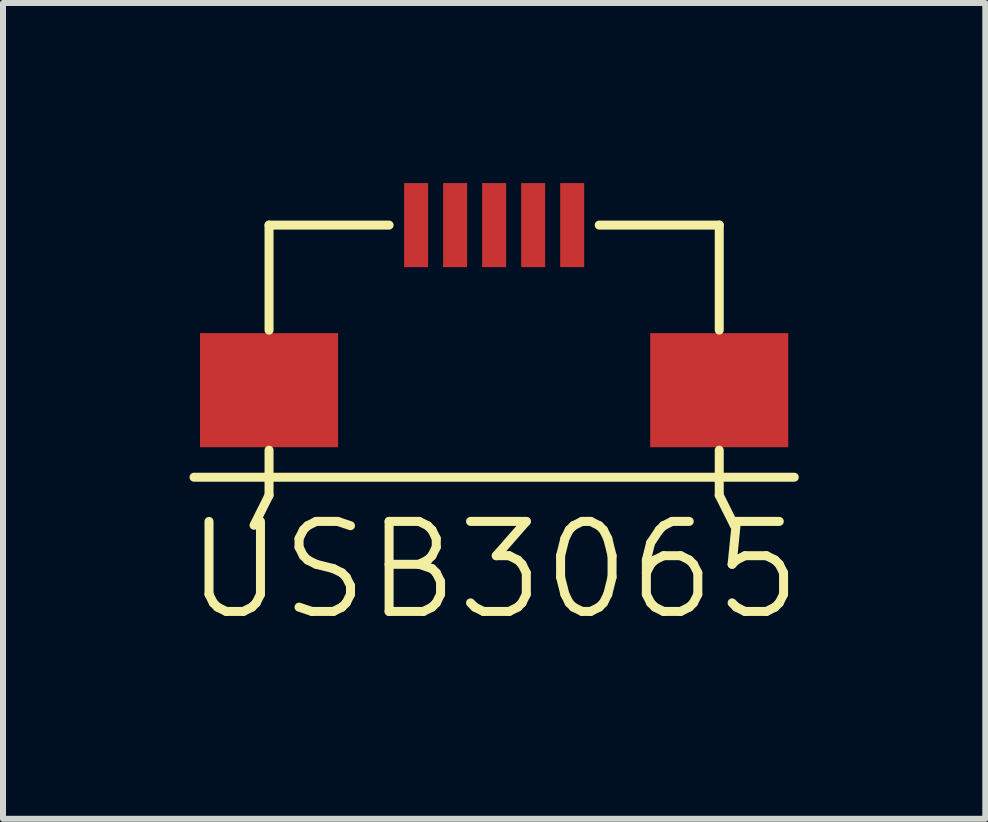
<source format=kicad_pcb>
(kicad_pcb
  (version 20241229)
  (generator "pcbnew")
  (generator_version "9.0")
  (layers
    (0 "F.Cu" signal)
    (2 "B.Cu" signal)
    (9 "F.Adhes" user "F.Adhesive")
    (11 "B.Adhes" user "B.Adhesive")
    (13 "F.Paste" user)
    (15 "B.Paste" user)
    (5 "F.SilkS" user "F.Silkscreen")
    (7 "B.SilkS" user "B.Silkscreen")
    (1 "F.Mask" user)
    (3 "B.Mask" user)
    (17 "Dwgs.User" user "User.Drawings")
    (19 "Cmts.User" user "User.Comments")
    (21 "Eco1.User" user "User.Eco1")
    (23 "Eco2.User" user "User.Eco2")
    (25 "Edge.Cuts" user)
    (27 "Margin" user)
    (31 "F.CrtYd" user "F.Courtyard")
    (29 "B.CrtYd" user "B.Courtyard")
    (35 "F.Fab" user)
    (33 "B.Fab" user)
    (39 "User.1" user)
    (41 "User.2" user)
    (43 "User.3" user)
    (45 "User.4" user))
  (footprint "USB3065"
    (layer "F.Cu")
    (at 5.182 3.45)
    (property "Reference" "USB3065" (at 0 3 0) (layer "F.SilkS") (effects (font (size 1.5 1.5) (thickness 0.15))))
    (attr through_hole)
    (fp_line (start -5 1.45) (end 5 1.45) (stroke (width 0.15) (type solid)) (layer "F.SilkS"))
    (fp_line (start -3.75 -2.75) (end -1.75 -2.75) (stroke (width 0.15) (type solid)) (layer "F.SilkS"))
    (fp_line (start -3.75 -1) (end -3.75 -2.75) (stroke (width 0.15) (type solid)) (layer "F.SilkS"))
    (fp_line (start -3.75 1) (end -3.75 1.75) (stroke (width 0.15) (type solid)) (layer "F.SilkS"))
    (fp_line (start -3.75 1.75) (end -4 2.25) (stroke (width 0.15) (type solid)) (layer "F.SilkS"))
    (fp_line (start 1.75 -2.75) (end 3.75 -2.75) (stroke (width 0.15) (type solid)) (layer "F.SilkS"))
    (fp_line (start 3.75 -2.75) (end 3.75 -1) (stroke (width 0.15) (type solid)) (layer "F.SilkS"))
    (fp_line (start 3.75 1) (end 3.75 1.75) (stroke (width 0.15) (type solid)) (layer "F.SilkS"))
    (fp_line (start 3.75 1.75) (end 4 2.25) (stroke (width 0.15) (type solid)) (layer "F.SilkS"))
    (pad "1" smd rect (at -1.3 -2.75) (size 0.4 1.4) (layers "F.Cu" "F.Mask" "F.Paste"))
    (pad "2" smd rect (at -0.65 -2.75) (size 0.4 1.4) (layers "F.Cu" "F.Mask" "F.Paste"))
    (pad "3" smd rect (at 0 -2.75) (size 0.4 1.4) (layers "F.Cu" "F.Mask" "F.Paste"))
    (pad "4" smd rect (at 0.65 -2.75) (size 0.4 1.4) (layers "F.Cu" "F.Mask" "F.Paste"))
    (pad "5" smd rect (at 1.3 -2.75) (size 0.4 1.4) (layers "F.Cu" "F.Mask" "F.Paste"))
    (pad "6" smd rect (at -3.75 0) (size 2.3 1.9) (layers "F.Cu" "F.Mask" "F.Paste"))
    (pad "7" smd rect (at 3.75 0) (size 2.3 1.9) (layers "F.Cu" "F.Mask" "F.Paste")))
  (gr_rect
    (start -3 -3)
    (end 13.364 10.591)
    (stroke (width 0.1) (type default))
    (fill no)
    (layer "Edge.Cuts")))
</source>
